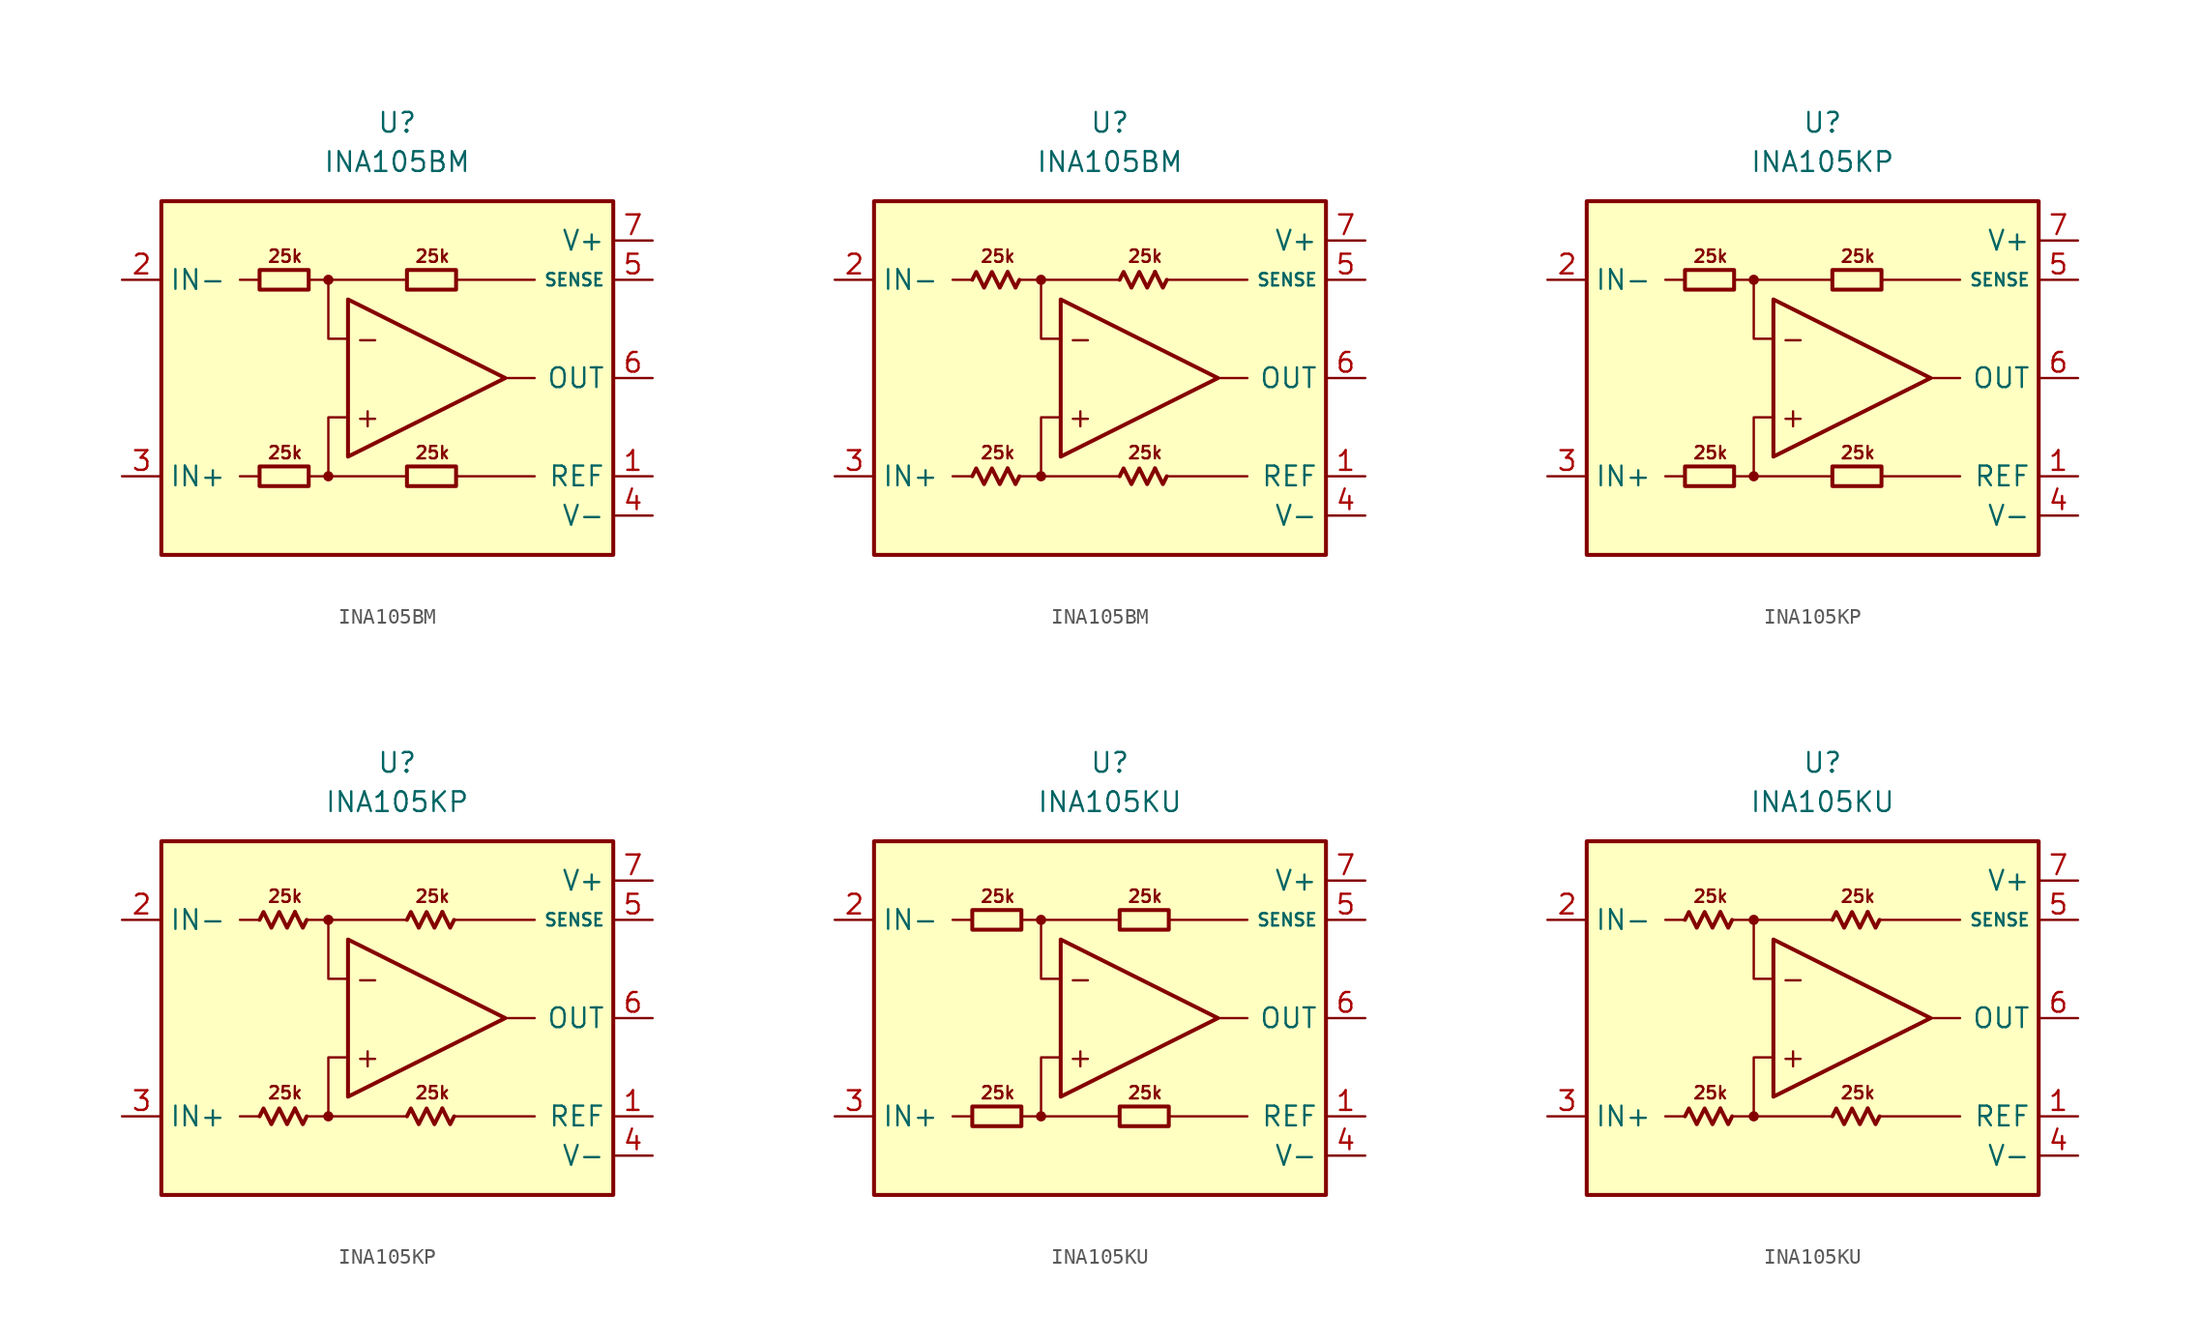
<source format=kicad_sym>
(kicad_symbol_lib
  (version 20231120)
  (generator "kicad_symbol_editor")
  (generator_version "8.0")
  (symbol "INA105BM"
    (property "Reference" "U"
      (at 0 16.51 0)
      (effects (font (size 1.27 1.27))))
    (property "Value" "INA105BM"
      (at 0 13.97 0)
      (effects (font (size 1.27 1.27))))
    (symbol "INA105BM_0_0"
      (rectangle (start -15.24 11.43) (end 13.97 -11.43) (stroke (width 0.254) (type default)) (fill (type background)))
      (circle (center -4.445 -6.35) (radius 0.254) (stroke (width 0.152) (type default)) (fill (type outline)))
      (circle (center -4.445 6.35) (radius 0.254) (stroke (width 0.152) (type default)) (fill (type outline)))
      (polyline (pts (xy -8.89 -6.35) (xy -10.16 -6.35)) (stroke (width 0.152) (type default)) (fill (type none)))
      (polyline (pts (xy -8.89 6.35) (xy -10.16 6.35)) (stroke (width 0.152) (type default)) (fill (type none)))
      (polyline (pts (xy -4.445 6.35) (xy 0.635 6.35)) (stroke (width 0.152) (type default)) (fill (type none)))
      (polyline (pts (xy 0.635 -6.35) (xy -4.445 -6.35)) (stroke (width 0.152) (type default)) (fill (type none)))
      (polyline (pts (xy 3.81 -6.35) (xy 8.89 -6.35)) (stroke (width 0.152) (type default)) (fill (type none)))
      (polyline (pts (xy 3.81 6.35) (xy 8.89 6.35)) (stroke (width 0.152) (type default)) (fill (type none)))
      (polyline (pts (xy 8.89 0) (xy 6.985 0)) (stroke (width 0.152) (type default)) (fill (type none)))
      (polyline (pts (xy -5.715 -6.35) (xy -4.445 -6.35) (xy -4.445 -2.54) (xy -3.175 -2.54)) (stroke (width 0.152) (type default)) (fill (type none)))
      (polyline (pts (xy -3.175 2.54) (xy -4.445 2.54) (xy -4.445 6.35) (xy -5.715 6.35)) (stroke (width 0.152) (type default)) (fill (type none)))
      (polyline (pts (xy -3.175 5.08) (xy -3.175 -5.08) (xy 6.985 0) (xy -3.175 5.08)) (stroke (width 0.254) (type default)) (fill (type none)))
      (text "+" (at -1.905 -2.54 0) (effects (font (size 1.27 1.27))))
      (text "-" (at -1.905 2.54 0) (effects (font (size 1.27 1.27))))
      (text "25k" (at -7.239 -4.826 0) (effects (font (size 0.8 0.8))))
      (text "25k" (at -7.239 7.874 0) (effects (font (size 0.8 0.8))))
      (text "25k" (at 2.286 -4.826 0) (effects (font (size 0.8 0.8))))
      (text "25k" (at 2.286 7.874 0) (effects (font (size 0.8 0.8)))))
    (symbol "INA105BM_0_1"
      (rectangle (start -8.89 -5.715) (end -5.715 -6.985) (stroke (width 0.254) (type default)) (fill (type none)))
      (rectangle (start -8.89 6.985) (end -5.715 5.715) (stroke (width 0.254) (type default)) (fill (type none)))
      (rectangle (start 0.635 -5.715) (end 3.81 -6.985) (stroke (width 0.254) (type default)) (fill (type none)))
      (rectangle (start 0.635 6.985) (end 3.81 5.715) (stroke (width 0.254) (type default)) (fill (type none))))
    (symbol "INA105BM_0_2"
      (polyline (pts (xy -6.604 -5.842) (xy -6.096 -6.858) (xy -5.842 -6.35)) (stroke (width 0.254) (type default)) (fill (type none)))
      (polyline (pts (xy -6.604 6.858) (xy -6.096 5.842) (xy -5.842 6.35)) (stroke (width 0.254) (type default)) (fill (type none)))
      (polyline (pts (xy 2.921 -5.842) (xy 3.429 -6.858) (xy 3.683 -6.35)) (stroke (width 0.254) (type default)) (fill (type none)))
      (polyline (pts (xy 2.921 6.858) (xy 3.429 5.842) (xy 3.683 6.35)) (stroke (width 0.254) (type default)) (fill (type none)))
      (polyline (pts (xy -8.89 -6.35) (xy -8.636 -5.842) (xy -8.128 -6.858) (xy -7.62 -5.842) (xy -7.112 -6.858) (xy -6.604 -5.842)) (stroke (width 0.254) (type default)) (fill (type none)))
      (polyline (pts (xy -8.89 6.35) (xy -8.636 6.858) (xy -8.128 5.842) (xy -7.62 6.858) (xy -7.112 5.842) (xy -6.604 6.858)) (stroke (width 0.254) (type default)) (fill (type none)))
      (polyline (pts (xy 0.635 -6.35) (xy 0.889 -5.842) (xy 1.397 -6.858) (xy 1.905 -5.842) (xy 2.413 -6.858) (xy 2.921 -5.842)) (stroke (width 0.254) (type default)) (fill (type none)))
      (polyline (pts (xy 0.635 6.35) (xy 0.889 6.858) (xy 1.397 5.842) (xy 1.905 6.858) (xy 2.413 5.842) (xy 2.921 6.858)) (stroke (width 0.254) (type default)) (fill (type none))))
    (symbol "INA105BM_1_1"
      (pin input line (at 16.51 -6.35 180) (length 2.54) (name "REF" (effects (font (size 1.27 1.27)))) (number "1" (effects (font (size 1.27 1.27)))))
      (pin input line (at -17.78 6.35 0) (length 2.54) (name "IN-" (effects (font (size 1.27 1.27)))) (number "2" (effects (font (size 1.27 1.27)))))
      (pin input line (at -17.78 -6.35 0) (length 2.54) (name "IN+" (effects (font (size 1.27 1.27)))) (number "3" (effects (font (size 1.27 1.27)))))
      (pin power_in line (at 16.51 -8.89 180) (length 2.54) (name "V-" (effects (font (size 1.27 1.27)))) (number "4" (effects (font (size 1.27 1.27)))))
      (pin input line (at 16.51 6.35 180) (length 2.54) (name "SENSE" (effects (font (size 0.8 0.8)))) (number "5" (effects (font (size 1.27 1.27)))))
      (pin output line (at 16.51 0 180) (length 2.54) (name "OUT" (effects (font (size 1.27 1.27)))) (number "6" (effects (font (size 1.27 1.27)))))
      (pin power_in line (at 16.51 8.89 180) (length 2.54) (name "V+" (effects (font (size 1.27 1.27)))) (number "7" (effects (font (size 1.27 1.27)))))
      (pin free line (at -10.16 0 0) (length 2.54) hide (name "NC" (effects (font (size 1.27 1.27)))) (number "8" (effects (font (size 1.27 1.27))))))
    (symbol "INA105BM_1_2"
      (pin input line (at 16.51 -6.35 180) (length 2.54) (name "REF" (effects (font (size 1.27 1.27)))) (number "1" (effects (font (size 1.27 1.27)))))
      (pin input line (at -17.78 6.35 0) (length 2.54) (name "IN-" (effects (font (size 1.27 1.27)))) (number "2" (effects (font (size 1.27 1.27)))))
      (pin input line (at -17.78 -6.35 0) (length 2.54) (name "IN+" (effects (font (size 1.27 1.27)))) (number "3" (effects (font (size 1.27 1.27)))))
      (pin power_in line (at 16.51 -8.89 180) (length 2.54) (name "V-" (effects (font (size 1.27 1.27)))) (number "4" (effects (font (size 1.27 1.27)))))
      (pin input line (at 16.51 6.35 180) (length 2.54) (name "SENSE" (effects (font (size 0.8 0.8)))) (number "5" (effects (font (size 1.27 1.27)))))
      (pin output line (at 16.51 0 180) (length 2.54) (name "OUT" (effects (font (size 1.27 1.27)))) (number "6" (effects (font (size 1.27 1.27)))))
      (pin power_in line (at 16.51 8.89 180) (length 2.54) (name "V+" (effects (font (size 1.27 1.27)))) (number "7" (effects (font (size 1.27 1.27)))))
      (pin free line (at -10.16 0 0) (length 2.54) hide (name "NC" (effects (font (size 1.27 1.27)))) (number "8" (effects (font (size 1.27 1.27)))))))
  (symbol "INA105KP"
    (property "Reference" "U"
      (at 0 16.51 0)
      (effects (font (size 1.27 1.27))))
    (property "Value" "INA105KP"
      (at 0 13.97 0)
      (effects (font (size 1.27 1.27))))
    (symbol "INA105KP_0_0"
      (rectangle (start -15.24 11.43) (end 13.97 -11.43) (stroke (width 0.254) (type default)) (fill (type background)))
      (circle (center -4.445 -6.35) (radius 0.254) (stroke (width 0.152) (type default)) (fill (type outline)))
      (circle (center -4.445 6.35) (radius 0.254) (stroke (width 0.152) (type default)) (fill (type outline)))
      (polyline (pts (xy -8.89 -6.35) (xy -10.16 -6.35)) (stroke (width 0.152) (type default)) (fill (type none)))
      (polyline (pts (xy -8.89 6.35) (xy -10.16 6.35)) (stroke (width 0.152) (type default)) (fill (type none)))
      (polyline (pts (xy -4.445 6.35) (xy 0.635 6.35)) (stroke (width 0.152) (type default)) (fill (type none)))
      (polyline (pts (xy 0.635 -6.35) (xy -4.445 -6.35)) (stroke (width 0.152) (type default)) (fill (type none)))
      (polyline (pts (xy 3.81 -6.35) (xy 8.89 -6.35)) (stroke (width 0.152) (type default)) (fill (type none)))
      (polyline (pts (xy 3.81 6.35) (xy 8.89 6.35)) (stroke (width 0.152) (type default)) (fill (type none)))
      (polyline (pts (xy 8.89 0) (xy 6.985 0)) (stroke (width 0.152) (type default)) (fill (type none)))
      (polyline (pts (xy -5.715 -6.35) (xy -4.445 -6.35) (xy -4.445 -2.54) (xy -3.175 -2.54)) (stroke (width 0.152) (type default)) (fill (type none)))
      (polyline (pts (xy -3.175 2.54) (xy -4.445 2.54) (xy -4.445 6.35) (xy -5.715 6.35)) (stroke (width 0.152) (type default)) (fill (type none)))
      (polyline (pts (xy -3.175 5.08) (xy -3.175 -5.08) (xy 6.985 0) (xy -3.175 5.08)) (stroke (width 0.254) (type default)) (fill (type none)))
      (text "+" (at -1.905 -2.54 0) (effects (font (size 1.27 1.27))))
      (text "-" (at -1.905 2.54 0) (effects (font (size 1.27 1.27))))
      (text "25k" (at -7.239 -4.826 0) (effects (font (size 0.8 0.8))))
      (text "25k" (at -7.239 7.874 0) (effects (font (size 0.8 0.8))))
      (text "25k" (at 2.286 -4.826 0) (effects (font (size 0.8 0.8))))
      (text "25k" (at 2.286 7.874 0) (effects (font (size 0.8 0.8)))))
    (symbol "INA105KP_0_1"
      (rectangle (start -8.89 -5.715) (end -5.715 -6.985) (stroke (width 0.254) (type default)) (fill (type none)))
      (rectangle (start -8.89 6.985) (end -5.715 5.715) (stroke (width 0.254) (type default)) (fill (type none)))
      (rectangle (start 0.635 -5.715) (end 3.81 -6.985) (stroke (width 0.254) (type default)) (fill (type none)))
      (rectangle (start 0.635 6.985) (end 3.81 5.715) (stroke (width 0.254) (type default)) (fill (type none))))
    (symbol "INA105KP_0_2"
      (polyline (pts (xy -6.604 -5.842) (xy -6.096 -6.858) (xy -5.842 -6.35)) (stroke (width 0.254) (type default)) (fill (type none)))
      (polyline (pts (xy -6.604 6.858) (xy -6.096 5.842) (xy -5.842 6.35)) (stroke (width 0.254) (type default)) (fill (type none)))
      (polyline (pts (xy 2.921 -5.842) (xy 3.429 -6.858) (xy 3.683 -6.35)) (stroke (width 0.254) (type default)) (fill (type none)))
      (polyline (pts (xy 2.921 6.858) (xy 3.429 5.842) (xy 3.683 6.35)) (stroke (width 0.254) (type default)) (fill (type none)))
      (polyline (pts (xy -8.89 -6.35) (xy -8.636 -5.842) (xy -8.128 -6.858) (xy -7.62 -5.842) (xy -7.112 -6.858) (xy -6.604 -5.842)) (stroke (width 0.254) (type default)) (fill (type none)))
      (polyline (pts (xy -8.89 6.35) (xy -8.636 6.858) (xy -8.128 5.842) (xy -7.62 6.858) (xy -7.112 5.842) (xy -6.604 6.858)) (stroke (width 0.254) (type default)) (fill (type none)))
      (polyline (pts (xy 0.635 -6.35) (xy 0.889 -5.842) (xy 1.397 -6.858) (xy 1.905 -5.842) (xy 2.413 -6.858) (xy 2.921 -5.842)) (stroke (width 0.254) (type default)) (fill (type none)))
      (polyline (pts (xy 0.635 6.35) (xy 0.889 6.858) (xy 1.397 5.842) (xy 1.905 6.858) (xy 2.413 5.842) (xy 2.921 6.858)) (stroke (width 0.254) (type default)) (fill (type none))))
    (symbol "INA105KP_1_1"
      (pin input line (at 16.51 -6.35 180) (length 2.54) (name "REF" (effects (font (size 1.27 1.27)))) (number "1" (effects (font (size 1.27 1.27)))))
      (pin input line (at -17.78 6.35 0) (length 2.54) (name "IN-" (effects (font (size 1.27 1.27)))) (number "2" (effects (font (size 1.27 1.27)))))
      (pin input line (at -17.78 -6.35 0) (length 2.54) (name "IN+" (effects (font (size 1.27 1.27)))) (number "3" (effects (font (size 1.27 1.27)))))
      (pin power_in line (at 16.51 -8.89 180) (length 2.54) (name "V-" (effects (font (size 1.27 1.27)))) (number "4" (effects (font (size 1.27 1.27)))))
      (pin input line (at 16.51 6.35 180) (length 2.54) (name "SENSE" (effects (font (size 0.8 0.8)))) (number "5" (effects (font (size 1.27 1.27)))))
      (pin output line (at 16.51 0 180) (length 2.54) (name "OUT" (effects (font (size 1.27 1.27)))) (number "6" (effects (font (size 1.27 1.27)))))
      (pin power_in line (at 16.51 8.89 180) (length 2.54) (name "V+" (effects (font (size 1.27 1.27)))) (number "7" (effects (font (size 1.27 1.27)))))
      (pin free line (at -10.16 0 0) (length 2.54) hide (name "NC" (effects (font (size 1.27 1.27)))) (number "8" (effects (font (size 1.27 1.27))))))
    (symbol "INA105KP_1_2"
      (pin input line (at 16.51 -6.35 180) (length 2.54) (name "REF" (effects (font (size 1.27 1.27)))) (number "1" (effects (font (size 1.27 1.27)))))
      (pin input line (at -17.78 6.35 0) (length 2.54) (name "IN-" (effects (font (size 1.27 1.27)))) (number "2" (effects (font (size 1.27 1.27)))))
      (pin input line (at -17.78 -6.35 0) (length 2.54) (name "IN+" (effects (font (size 1.27 1.27)))) (number "3" (effects (font (size 1.27 1.27)))))
      (pin power_in line (at 16.51 -8.89 180) (length 2.54) (name "V-" (effects (font (size 1.27 1.27)))) (number "4" (effects (font (size 1.27 1.27)))))
      (pin input line (at 16.51 6.35 180) (length 2.54) (name "SENSE" (effects (font (size 0.8 0.8)))) (number "5" (effects (font (size 1.27 1.27)))))
      (pin output line (at 16.51 0 180) (length 2.54) (name "OUT" (effects (font (size 1.27 1.27)))) (number "6" (effects (font (size 1.27 1.27)))))
      (pin power_in line (at 16.51 8.89 180) (length 2.54) (name "V+" (effects (font (size 1.27 1.27)))) (number "7" (effects (font (size 1.27 1.27)))))
      (pin free line (at -10.16 0 0) (length 2.54) hide (name "NC" (effects (font (size 1.27 1.27)))) (number "8" (effects (font (size 1.27 1.27)))))))
  (symbol "INA105KU"
    (property "Reference" "U"
      (at 0 16.51 0)
      (effects (font (size 1.27 1.27))))
    (property "Value" "INA105KU"
      (at 0 13.97 0)
      (effects (font (size 1.27 1.27))))
    (symbol "INA105KU_0_0"
      (rectangle (start -15.24 11.43) (end 13.97 -11.43) (stroke (width 0.254) (type default)) (fill (type background)))
      (circle (center -4.445 -6.35) (radius 0.254) (stroke (width 0.152) (type default)) (fill (type outline)))
      (circle (center -4.445 6.35) (radius 0.254) (stroke (width 0.152) (type default)) (fill (type outline)))
      (polyline (pts (xy -8.89 -6.35) (xy -10.16 -6.35)) (stroke (width 0.152) (type default)) (fill (type none)))
      (polyline (pts (xy -8.89 6.35) (xy -10.16 6.35)) (stroke (width 0.152) (type default)) (fill (type none)))
      (polyline (pts (xy -4.445 6.35) (xy 0.635 6.35)) (stroke (width 0.152) (type default)) (fill (type none)))
      (polyline (pts (xy 0.635 -6.35) (xy -4.445 -6.35)) (stroke (width 0.152) (type default)) (fill (type none)))
      (polyline (pts (xy 3.81 -6.35) (xy 8.89 -6.35)) (stroke (width 0.152) (type default)) (fill (type none)))
      (polyline (pts (xy 3.81 6.35) (xy 8.89 6.35)) (stroke (width 0.152) (type default)) (fill (type none)))
      (polyline (pts (xy 8.89 0) (xy 6.985 0)) (stroke (width 0.152) (type default)) (fill (type none)))
      (polyline (pts (xy -5.715 -6.35) (xy -4.445 -6.35) (xy -4.445 -2.54) (xy -3.175 -2.54)) (stroke (width 0.152) (type default)) (fill (type none)))
      (polyline (pts (xy -3.175 2.54) (xy -4.445 2.54) (xy -4.445 6.35) (xy -5.715 6.35)) (stroke (width 0.152) (type default)) (fill (type none)))
      (polyline (pts (xy -3.175 5.08) (xy -3.175 -5.08) (xy 6.985 0) (xy -3.175 5.08)) (stroke (width 0.254) (type default)) (fill (type none)))
      (text "+" (at -1.905 -2.54 0) (effects (font (size 1.27 1.27))))
      (text "-" (at -1.905 2.54 0) (effects (font (size 1.27 1.27))))
      (text "25k" (at -7.239 -4.826 0) (effects (font (size 0.8 0.8))))
      (text "25k" (at -7.239 7.874 0) (effects (font (size 0.8 0.8))))
      (text "25k" (at 2.286 -4.826 0) (effects (font (size 0.8 0.8))))
      (text "25k" (at 2.286 7.874 0) (effects (font (size 0.8 0.8)))))
    (symbol "INA105KU_0_1"
      (rectangle (start -8.89 -5.715) (end -5.715 -6.985) (stroke (width 0.254) (type default)) (fill (type none)))
      (rectangle (start -8.89 6.985) (end -5.715 5.715) (stroke (width 0.254) (type default)) (fill (type none)))
      (rectangle (start 0.635 -5.715) (end 3.81 -6.985) (stroke (width 0.254) (type default)) (fill (type none)))
      (rectangle (start 0.635 6.985) (end 3.81 5.715) (stroke (width 0.254) (type default)) (fill (type none))))
    (symbol "INA105KU_0_2"
      (polyline (pts (xy -6.604 -5.842) (xy -6.096 -6.858) (xy -5.842 -6.35)) (stroke (width 0.254) (type default)) (fill (type none)))
      (polyline (pts (xy -6.604 6.858) (xy -6.096 5.842) (xy -5.842 6.35)) (stroke (width 0.254) (type default)) (fill (type none)))
      (polyline (pts (xy 2.921 -5.842) (xy 3.429 -6.858) (xy 3.683 -6.35)) (stroke (width 0.254) (type default)) (fill (type none)))
      (polyline (pts (xy 2.921 6.858) (xy 3.429 5.842) (xy 3.683 6.35)) (stroke (width 0.254) (type default)) (fill (type none)))
      (polyline (pts (xy -8.89 -6.35) (xy -8.636 -5.842) (xy -8.128 -6.858) (xy -7.62 -5.842) (xy -7.112 -6.858) (xy -6.604 -5.842)) (stroke (width 0.254) (type default)) (fill (type none)))
      (polyline (pts (xy -8.89 6.35) (xy -8.636 6.858) (xy -8.128 5.842) (xy -7.62 6.858) (xy -7.112 5.842) (xy -6.604 6.858)) (stroke (width 0.254) (type default)) (fill (type none)))
      (polyline (pts (xy 0.635 -6.35) (xy 0.889 -5.842) (xy 1.397 -6.858) (xy 1.905 -5.842) (xy 2.413 -6.858) (xy 2.921 -5.842)) (stroke (width 0.254) (type default)) (fill (type none)))
      (polyline (pts (xy 0.635 6.35) (xy 0.889 6.858) (xy 1.397 5.842) (xy 1.905 6.858) (xy 2.413 5.842) (xy 2.921 6.858)) (stroke (width 0.254) (type default)) (fill (type none))))
    (symbol "INA105KU_1_1"
      (pin input line (at 16.51 -6.35 180) (length 2.54) (name "REF" (effects (font (size 1.27 1.27)))) (number "1" (effects (font (size 1.27 1.27)))))
      (pin input line (at -17.78 6.35 0) (length 2.54) (name "IN-" (effects (font (size 1.27 1.27)))) (number "2" (effects (font (size 1.27 1.27)))))
      (pin input line (at -17.78 -6.35 0) (length 2.54) (name "IN+" (effects (font (size 1.27 1.27)))) (number "3" (effects (font (size 1.27 1.27)))))
      (pin power_in line (at 16.51 -8.89 180) (length 2.54) (name "V-" (effects (font (size 1.27 1.27)))) (number "4" (effects (font (size 1.27 1.27)))))
      (pin input line (at 16.51 6.35 180) (length 2.54) (name "SENSE" (effects (font (size 0.8 0.8)))) (number "5" (effects (font (size 1.27 1.27)))))
      (pin output line (at 16.51 0 180) (length 2.54) (name "OUT" (effects (font (size 1.27 1.27)))) (number "6" (effects (font (size 1.27 1.27)))))
      (pin power_in line (at 16.51 8.89 180) (length 2.54) (name "V+" (effects (font (size 1.27 1.27)))) (number "7" (effects (font (size 1.27 1.27)))))
      (pin free line (at -10.16 0 0) (length 2.54) hide (name "NC" (effects (font (size 1.27 1.27)))) (number "8" (effects (font (size 1.27 1.27))))))
    (symbol "INA105KU_1_2"
      (pin input line (at 16.51 -6.35 180) (length 2.54) (name "REF" (effects (font (size 1.27 1.27)))) (number "1" (effects (font (size 1.27 1.27)))))
      (pin input line (at -17.78 6.35 0) (length 2.54) (name "IN-" (effects (font (size 1.27 1.27)))) (number "2" (effects (font (size 1.27 1.27)))))
      (pin input line (at -17.78 -6.35 0) (length 2.54) (name "IN+" (effects (font (size 1.27 1.27)))) (number "3" (effects (font (size 1.27 1.27)))))
      (pin power_in line (at 16.51 -8.89 180) (length 2.54) (name "V-" (effects (font (size 1.27 1.27)))) (number "4" (effects (font (size 1.27 1.27)))))
      (pin input line (at 16.51 6.35 180) (length 2.54) (name "SENSE" (effects (font (size 0.8 0.8)))) (number "5" (effects (font (size 1.27 1.27)))))
      (pin output line (at 16.51 0 180) (length 2.54) (name "OUT" (effects (font (size 1.27 1.27)))) (number "6" (effects (font (size 1.27 1.27)))))
      (pin power_in line (at 16.51 8.89 180) (length 2.54) (name "V+" (effects (font (size 1.27 1.27)))) (number "7" (effects (font (size 1.27 1.27)))))
      (pin free line (at -10.16 0 0) (length 2.54) hide (name "NC" (effects (font (size 1.27 1.27)))) (number "8" (effects (font (size 1.27 1.27))))))))
</source>
